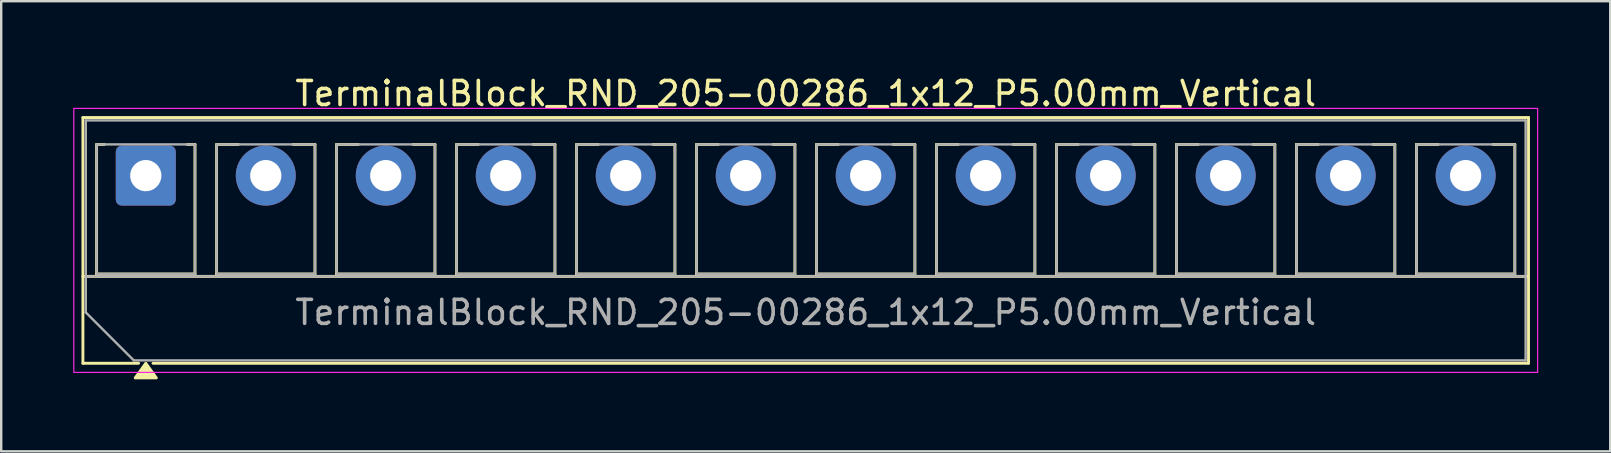
<source format=kicad_pcb>
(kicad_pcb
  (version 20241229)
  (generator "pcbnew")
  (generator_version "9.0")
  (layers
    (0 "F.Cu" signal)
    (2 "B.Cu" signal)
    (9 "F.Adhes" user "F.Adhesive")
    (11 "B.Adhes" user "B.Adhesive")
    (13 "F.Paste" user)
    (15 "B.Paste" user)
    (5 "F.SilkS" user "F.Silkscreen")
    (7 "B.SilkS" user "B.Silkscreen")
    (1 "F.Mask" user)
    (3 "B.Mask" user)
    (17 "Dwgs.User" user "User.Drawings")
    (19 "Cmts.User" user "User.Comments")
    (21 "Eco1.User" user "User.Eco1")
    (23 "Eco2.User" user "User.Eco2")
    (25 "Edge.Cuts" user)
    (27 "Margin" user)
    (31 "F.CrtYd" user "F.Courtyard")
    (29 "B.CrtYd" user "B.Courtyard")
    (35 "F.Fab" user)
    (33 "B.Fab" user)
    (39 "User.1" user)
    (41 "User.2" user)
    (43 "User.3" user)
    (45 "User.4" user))
  (footprint "TerminalBlock_RND_205-00286_1x12_P5.00mm_Vertical"
    (layer "F.Cu")
    (at 3.025 4.268)
    (property "Reference" "TerminalBlock_RND_205-00286_1x12_P5.00mm_Vertical" (at 27.5 -3.42 0) (layer "F.SilkS") (effects (font (size 1 1) (thickness 0.15))))
    (attr through_hole)
    (fp_line (start -2.62 -2.42) (end 57.62 -2.42) (stroke (width 0.12) (type solid)) (layer "F.SilkS"))
    (fp_line (start -2.62 4.2) (end 57.62 4.2) (stroke (width 0.12) (type solid)) (layer "F.SilkS"))
    (fp_line (start -2.62 7.82) (end -2.62 -2.42) (stroke (width 0.12) (type solid)) (layer "F.SilkS"))
    (fp_line (start -2.05 -1.3) (end -1.73 -1.3) (stroke (width 0.12) (type solid)) (layer "F.SilkS"))
    (fp_line (start -2.05 4.1) (end -2.05 -1.3) (stroke (width 0.12) (type solid)) (layer "F.SilkS"))
    (fp_line (start -0.3 7.82) (end -2.62 7.82) (stroke (width 0.12) (type solid)) (layer "F.SilkS"))
    (fp_line (start 1.73 -1.3) (end 2.05 -1.3) (stroke (width 0.12) (type solid)) (layer "F.SilkS"))
    (fp_line (start 2.05 -1.3) (end 2.05 4.1) (stroke (width 0.12) (type solid)) (layer "F.SilkS"))
    (fp_line (start 2.05 4.1) (end -2.05 4.1) (stroke (width 0.12) (type solid)) (layer "F.SilkS"))
    (fp_line (start 2.95 -1.3) (end 3.859 -1.3) (stroke (width 0.12) (type solid)) (layer "F.SilkS"))
    (fp_line (start 2.95 4.1) (end 2.95 -1.3) (stroke (width 0.12) (type solid)) (layer "F.SilkS"))
    (fp_line (start 6.141 -1.3) (end 7.05 -1.3) (stroke (width 0.12) (type solid)) (layer "F.SilkS"))
    (fp_line (start 7.05 -1.3) (end 7.05 4.1) (stroke (width 0.12) (type solid)) (layer "F.SilkS"))
    (fp_line (start 7.05 4.1) (end 2.95 4.1) (stroke (width 0.12) (type solid)) (layer "F.SilkS"))
    (fp_line (start 7.95 -1.3) (end 8.859 -1.3) (stroke (width 0.12) (type solid)) (layer "F.SilkS"))
    (fp_line (start 7.95 4.1) (end 7.95 -1.3) (stroke (width 0.12) (type solid)) (layer "F.SilkS"))
    (fp_line (start 11.141 -1.3) (end 12.05 -1.3) (stroke (width 0.12) (type solid)) (layer "F.SilkS"))
    (fp_line (start 12.05 -1.3) (end 12.05 4.1) (stroke (width 0.12) (type solid)) (layer "F.SilkS"))
    (fp_line (start 12.05 4.1) (end 7.95 4.1) (stroke (width 0.12) (type solid)) (layer "F.SilkS"))
    (fp_line (start 12.95 -1.3) (end 13.859 -1.3) (stroke (width 0.12) (type solid)) (layer "F.SilkS"))
    (fp_line (start 12.95 4.1) (end 12.95 -1.3) (stroke (width 0.12) (type solid)) (layer "F.SilkS"))
    (fp_line (start 16.141 -1.3) (end 17.05 -1.3) (stroke (width 0.12) (type solid)) (layer "F.SilkS"))
    (fp_line (start 17.05 -1.3) (end 17.05 4.1) (stroke (width 0.12) (type solid)) (layer "F.SilkS"))
    (fp_line (start 17.05 4.1) (end 12.95 4.1) (stroke (width 0.12) (type solid)) (layer "F.SilkS"))
    (fp_line (start 17.95 -1.3) (end 18.859 -1.3) (stroke (width 0.12) (type solid)) (layer "F.SilkS"))
    (fp_line (start 17.95 4.1) (end 17.95 -1.3) (stroke (width 0.12) (type solid)) (layer "F.SilkS"))
    (fp_line (start 21.141 -1.3) (end 22.05 -1.3) (stroke (width 0.12) (type solid)) (layer "F.SilkS"))
    (fp_line (start 22.05 -1.3) (end 22.05 4.1) (stroke (width 0.12) (type solid)) (layer "F.SilkS"))
    (fp_line (start 22.05 4.1) (end 17.95 4.1) (stroke (width 0.12) (type solid)) (layer "F.SilkS"))
    (fp_line (start 22.95 -1.3) (end 23.859 -1.3) (stroke (width 0.12) (type solid)) (layer "F.SilkS"))
    (fp_line (start 22.95 4.1) (end 22.95 -1.3) (stroke (width 0.12) (type solid)) (layer "F.SilkS"))
    (fp_line (start 26.141 -1.3) (end 27.05 -1.3) (stroke (width 0.12) (type solid)) (layer "F.SilkS"))
    (fp_line (start 27.05 -1.3) (end 27.05 4.1) (stroke (width 0.12) (type solid)) (layer "F.SilkS"))
    (fp_line (start 27.05 4.1) (end 22.95 4.1) (stroke (width 0.12) (type solid)) (layer "F.SilkS"))
    (fp_line (start 27.95 -1.3) (end 28.859 -1.3) (stroke (width 0.12) (type solid)) (layer "F.SilkS"))
    (fp_line (start 27.95 4.1) (end 27.95 -1.3) (stroke (width 0.12) (type solid)) (layer "F.SilkS"))
    (fp_line (start 31.141 -1.3) (end 32.05 -1.3) (stroke (width 0.12) (type solid)) (layer "F.SilkS"))
    (fp_line (start 32.05 -1.3) (end 32.05 4.1) (stroke (width 0.12) (type solid)) (layer "F.SilkS"))
    (fp_line (start 32.05 4.1) (end 27.95 4.1) (stroke (width 0.12) (type solid)) (layer "F.SilkS"))
    (fp_line (start 32.95 -1.3) (end 33.859 -1.3) (stroke (width 0.12) (type solid)) (layer "F.SilkS"))
    (fp_line (start 32.95 4.1) (end 32.95 -1.3) (stroke (width 0.12) (type solid)) (layer "F.SilkS"))
    (fp_line (start 36.141 -1.3) (end 37.05 -1.3) (stroke (width 0.12) (type solid)) (layer "F.SilkS"))
    (fp_line (start 37.05 -1.3) (end 37.05 4.1) (stroke (width 0.12) (type solid)) (layer "F.SilkS"))
    (fp_line (start 37.05 4.1) (end 32.95 4.1) (stroke (width 0.12) (type solid)) (layer "F.SilkS"))
    (fp_line (start 37.95 -1.3) (end 38.859 -1.3) (stroke (width 0.12) (type solid)) (layer "F.SilkS"))
    (fp_line (start 37.95 4.1) (end 37.95 -1.3) (stroke (width 0.12) (type solid)) (layer "F.SilkS"))
    (fp_line (start 41.141 -1.3) (end 42.05 -1.3) (stroke (width 0.12) (type solid)) (layer "F.SilkS"))
    (fp_line (start 42.05 -1.3) (end 42.05 4.1) (stroke (width 0.12) (type solid)) (layer "F.SilkS"))
    (fp_line (start 42.05 4.1) (end 37.95 4.1) (stroke (width 0.12) (type solid)) (layer "F.SilkS"))
    (fp_line (start 42.95 -1.3) (end 43.859 -1.3) (stroke (width 0.12) (type solid)) (layer "F.SilkS"))
    (fp_line (start 42.95 4.1) (end 42.95 -1.3) (stroke (width 0.12) (type solid)) (layer "F.SilkS"))
    (fp_line (start 46.141 -1.3) (end 47.05 -1.3) (stroke (width 0.12) (type solid)) (layer "F.SilkS"))
    (fp_line (start 47.05 -1.3) (end 47.05 4.1) (stroke (width 0.12) (type solid)) (layer "F.SilkS"))
    (fp_line (start 47.05 4.1) (end 42.95 4.1) (stroke (width 0.12) (type solid)) (layer "F.SilkS"))
    (fp_line (start 47.95 -1.3) (end 48.859 -1.3) (stroke (width 0.12) (type solid)) (layer "F.SilkS"))
    (fp_line (start 47.95 4.1) (end 47.95 -1.3) (stroke (width 0.12) (type solid)) (layer "F.SilkS"))
    (fp_line (start 51.141 -1.3) (end 52.05 -1.3) (stroke (width 0.12) (type solid)) (layer "F.SilkS"))
    (fp_line (start 52.05 -1.3) (end 52.05 4.1) (stroke (width 0.12) (type solid)) (layer "F.SilkS"))
    (fp_line (start 52.05 4.1) (end 47.95 4.1) (stroke (width 0.12) (type solid)) (layer "F.SilkS"))
    (fp_line (start 52.95 -1.3) (end 53.859 -1.3) (stroke (width 0.12) (type solid)) (layer "F.SilkS"))
    (fp_line (start 52.95 4.1) (end 52.95 -1.3) (stroke (width 0.12) (type solid)) (layer "F.SilkS"))
    (fp_line (start 56.141 -1.3) (end 57.05 -1.3) (stroke (width 0.12) (type solid)) (layer "F.SilkS"))
    (fp_line (start 57.05 -1.3) (end 57.05 4.1) (stroke (width 0.12) (type solid)) (layer "F.SilkS"))
    (fp_line (start 57.05 4.1) (end 52.95 4.1) (stroke (width 0.12) (type solid)) (layer "F.SilkS"))
    (fp_line (start 57.62 -2.42) (end 57.62 7.82) (stroke (width 0.12) (type solid)) (layer "F.SilkS"))
    (fp_line (start 57.62 7.82) (end 0.3 7.82) (stroke (width 0.12) (type solid)) (layer "F.SilkS"))
    (fp_poly (pts (xy 0 7.82) (xy 0.44 8.43) (xy -0.44 8.43)) (stroke (width 0.12) (type solid)) (fill yes) (layer "F.SilkS"))
    (fp_rect (start -3 -2.8) (end 58 8.2) (stroke (width 0.05) (type solid)) (fill no) (layer "F.CrtYd"))
    (fp_line (start -2.5 -2.3) (end 57.5 -2.3) (stroke (width 0.1) (type solid)) (layer "F.Fab"))
    (fp_line (start -2.5 4.2) (end 57.5 4.2) (stroke (width 0.1) (type solid)) (layer "F.Fab"))
    (fp_line (start -2.5 5.7) (end -2.5 -2.3) (stroke (width 0.1) (type solid)) (layer "F.Fab"))
    (fp_line (start -0.5 7.7) (end -2.5 5.7) (stroke (width 0.1) (type solid)) (layer "F.Fab"))
    (fp_line (start 57.5 -2.3) (end 57.5 7.7) (stroke (width 0.1) (type solid)) (layer "F.Fab"))
    (fp_line (start 57.5 7.7) (end -0.5 7.7) (stroke (width 0.1) (type solid)) (layer "F.Fab"))
    (fp_rect (start -2.05 -1.3) (end 2.05 4.1) (stroke (width 0.1) (type solid)) (fill no) (layer "F.Fab"))
    (fp_rect (start 2.95 -1.3) (end 7.05 4.1) (stroke (width 0.1) (type solid)) (fill no) (layer "F.Fab"))
    (fp_rect (start 7.95 -1.3) (end 12.05 4.1) (stroke (width 0.1) (type solid)) (fill no) (layer "F.Fab"))
    (fp_rect (start 12.95 -1.3) (end 17.05 4.1) (stroke (width 0.1) (type solid)) (fill no) (layer "F.Fab"))
    (fp_rect (start 17.95 -1.3) (end 22.05 4.1) (stroke (width 0.1) (type solid)) (fill no) (layer "F.Fab"))
    (fp_rect (start 22.95 -1.3) (end 27.05 4.1) (stroke (width 0.1) (type solid)) (fill no) (layer "F.Fab"))
    (fp_rect (start 27.95 -1.3) (end 32.05 4.1) (stroke (width 0.1) (type solid)) (fill no) (layer "F.Fab"))
    (fp_rect (start 32.95 -1.3) (end 37.05 4.1) (stroke (width 0.1) (type solid)) (fill no) (layer "F.Fab"))
    (fp_rect (start 37.95 -1.3) (end 42.05 4.1) (stroke (width 0.1) (type solid)) (fill no) (layer "F.Fab"))
    (fp_rect (start 42.95 -1.3) (end 47.05 4.1) (stroke (width 0.1) (type solid)) (fill no) (layer "F.Fab"))
    (fp_rect (start 47.95 -1.3) (end 52.05 4.1) (stroke (width 0.1) (type solid)) (fill no) (layer "F.Fab"))
    (fp_rect (start 52.95 -1.3) (end 57.05 4.1) (stroke (width 0.1) (type solid)) (fill no) (layer "F.Fab"))
    (fp_text user "${REFERENCE}" (at 27.5 5.7 0) (layer "F.Fab") (effects (font (size 1 1) (thickness 0.15))))
    (pad "1" thru_hole roundrect (at 0 0) (size 2.5 2.5) (drill 1.3) (layers "*.Cu" "*.Mask") (roundrect_rratio 0.1))
    (pad "2" thru_hole circle (at 5 0) (size 2.5 2.5) (drill 1.3) (layers "*.Cu" "*.Mask"))
    (pad "3" thru_hole circle (at 10 0) (size 2.5 2.5) (drill 1.3) (layers "*.Cu" "*.Mask"))
    (pad "4" thru_hole circle (at 15 0) (size 2.5 2.5) (drill 1.3) (layers "*.Cu" "*.Mask"))
    (pad "5" thru_hole circle (at 20 0) (size 2.5 2.5) (drill 1.3) (layers "*.Cu" "*.Mask"))
    (pad "6" thru_hole circle (at 25 0) (size 2.5 2.5) (drill 1.3) (layers "*.Cu" "*.Mask"))
    (pad "7" thru_hole circle (at 30 0) (size 2.5 2.5) (drill 1.3) (layers "*.Cu" "*.Mask"))
    (pad "8" thru_hole circle (at 35 0) (size 2.5 2.5) (drill 1.3) (layers "*.Cu" "*.Mask"))
    (pad "9" thru_hole circle (at 40 0) (size 2.5 2.5) (drill 1.3) (layers "*.Cu" "*.Mask"))
    (pad "10" thru_hole circle (at 45 0) (size 2.5 2.5) (drill 1.3) (layers "*.Cu" "*.Mask"))
    (pad "11" thru_hole circle (at 50 0) (size 2.5 2.5) (drill 1.3) (layers "*.Cu" "*.Mask"))
    (pad "12" thru_hole circle (at 55 0) (size 2.5 2.5) (drill 1.3) (layers "*.Cu" "*.Mask")))
  (gr_rect
    (start -3 -3)
    (end 64.05 15.758)
    (stroke (width 0.1) (type default))
    (fill no)
    (layer "Edge.Cuts")))
</source>
